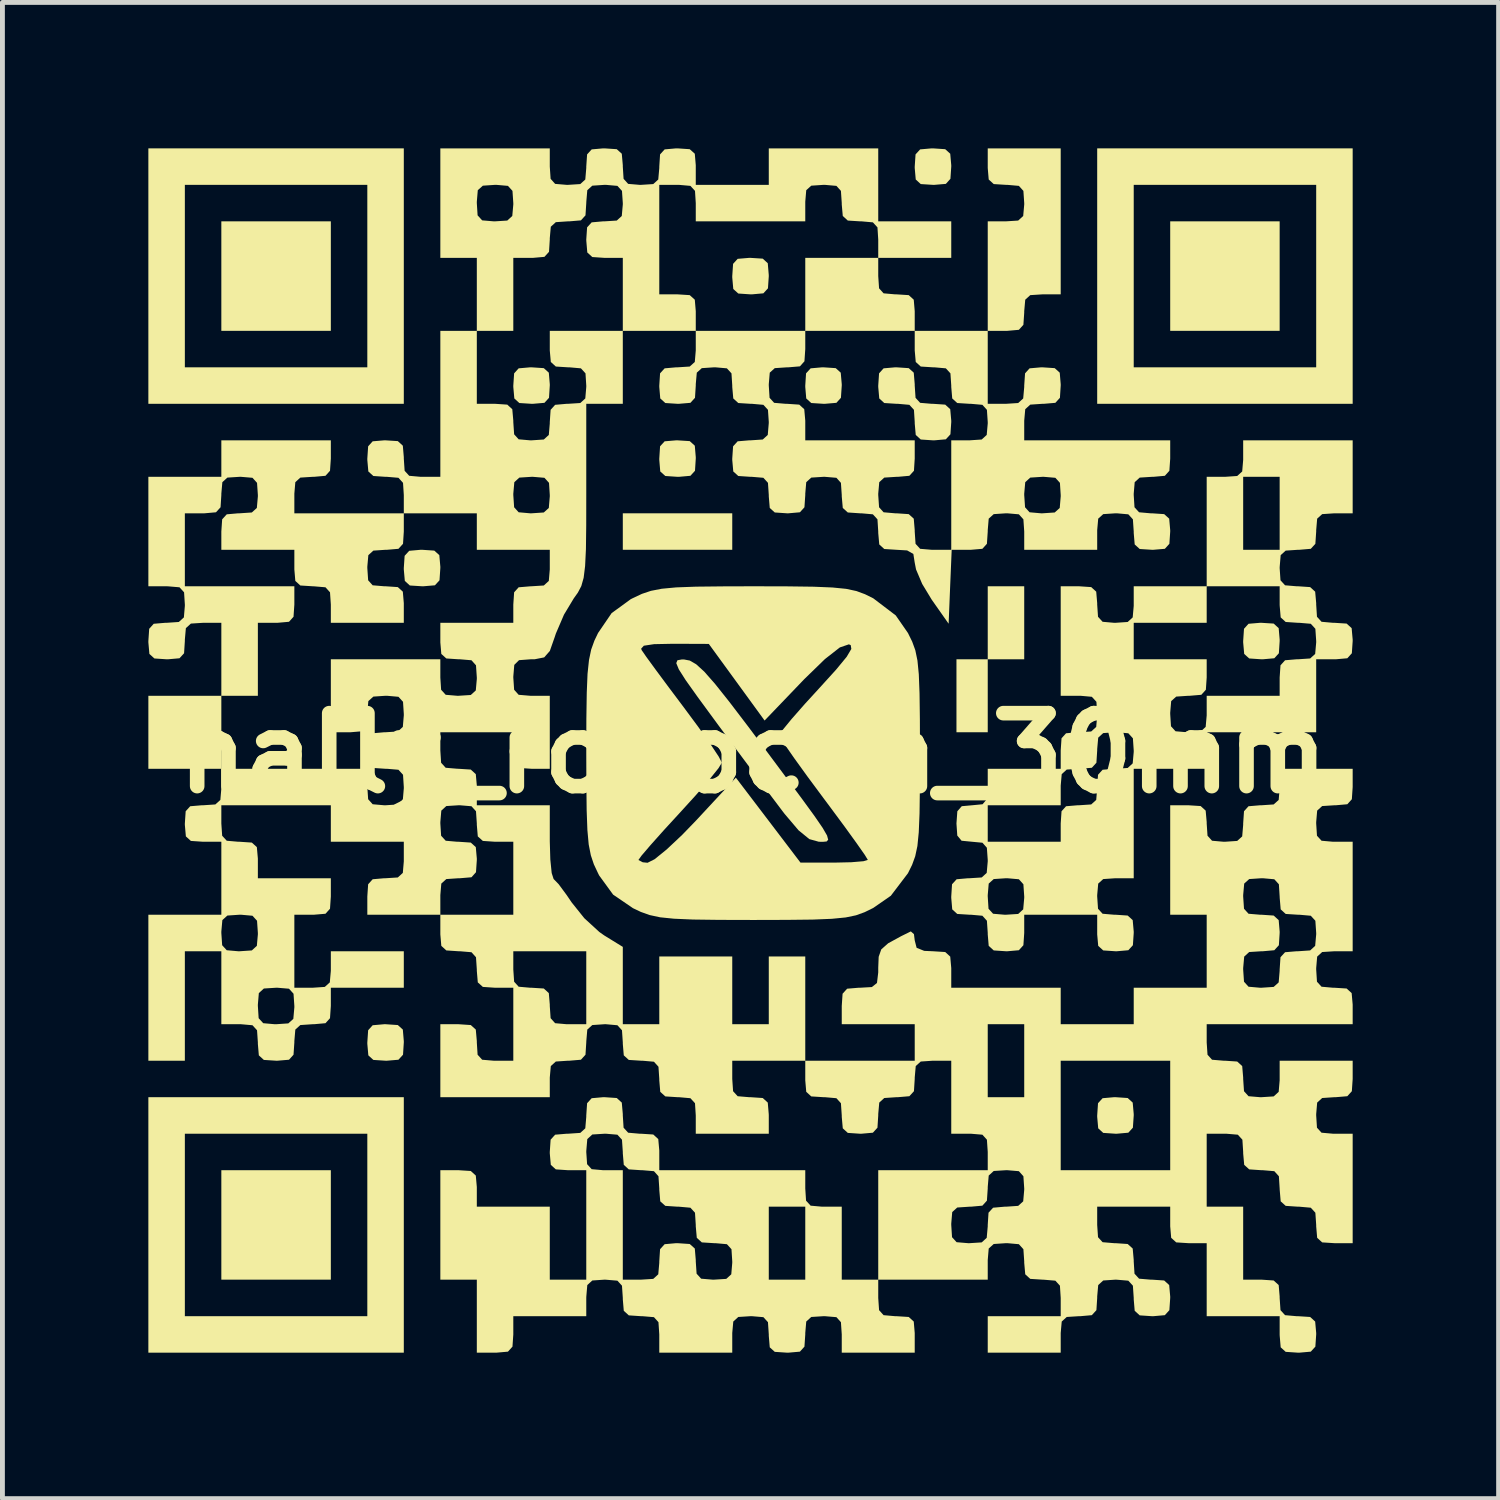
<source format=kicad_pcb>
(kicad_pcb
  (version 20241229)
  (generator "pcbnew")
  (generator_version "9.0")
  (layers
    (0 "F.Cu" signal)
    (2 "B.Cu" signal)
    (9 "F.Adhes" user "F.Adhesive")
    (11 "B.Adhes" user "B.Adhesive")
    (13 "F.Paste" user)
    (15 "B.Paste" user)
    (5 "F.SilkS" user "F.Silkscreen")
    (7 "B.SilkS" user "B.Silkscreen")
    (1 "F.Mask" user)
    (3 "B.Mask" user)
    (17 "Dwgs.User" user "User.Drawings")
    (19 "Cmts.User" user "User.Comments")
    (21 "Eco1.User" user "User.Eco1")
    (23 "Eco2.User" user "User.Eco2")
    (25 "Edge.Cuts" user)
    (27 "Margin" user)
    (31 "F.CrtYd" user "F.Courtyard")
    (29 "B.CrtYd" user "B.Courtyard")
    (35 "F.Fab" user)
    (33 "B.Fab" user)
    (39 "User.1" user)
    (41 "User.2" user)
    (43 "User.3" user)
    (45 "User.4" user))
  (footprint "nally_robocon_30mm"
    (layer "F.Cu")
    (at 12.432 12.432)
    (property "Reference" "nally_robocon_30mm" (at 0 0 0) (layer "F.SilkS") (effects (font (size 1.5 1.5) (thickness 0.3))))
    (attr board_only exclude_from_pos_files exclude_from_bom)
    (fp_poly (pts (xy -8.681 -9.806) (xy -8.681 -8.681) (xy -9.806 -8.681) (xy -10.932 -8.681) (xy -10.932 -9.806) (xy -10.932 -10.932) (xy -9.806 -10.932) (xy -8.681 -10.932)) (stroke (width 0) (type solid)) (fill yes) (layer "F.SilkS"))
    (fp_poly (pts (xy -8.681 9.699) (xy -8.681 10.824) (xy -9.806 10.824) (xy -10.932 10.824) (xy -10.932 9.699) (xy -10.932 8.574) (xy -9.806 8.574) (xy -8.681 8.574)) (stroke (width 0) (type solid)) (fill yes) (layer "F.SilkS"))
    (fp_poly (pts (xy -0.429 -4.555) (xy -0.429 -4.18) (xy -1.554 -4.18) (xy -2.679 -4.18) (xy -2.679 -4.555) (xy -2.679 -4.93) (xy -1.554 -4.93) (xy -0.429 -4.93)) (stroke (width 0) (type solid)) (fill yes) (layer "F.SilkS"))
    (fp_poly (pts (xy 10.824 -9.806) (xy 10.824 -8.681) (xy 9.699 -8.681) (xy 8.574 -8.681) (xy 8.574 -9.806) (xy 8.574 -10.932) (xy 9.699 -10.932) (xy 10.824 -10.932)) (stroke (width 0) (type solid)) (fill yes) (layer "F.SilkS"))
    (fp_poly (pts (xy -7.304 5.59) (xy -7.201 5.683) (xy -7.181 5.92) (xy -7.181 5.948) (xy -7.197 6.2) (xy -7.291 6.303) (xy -7.527 6.323) (xy -7.556 6.323) (xy -7.807 6.307) (xy -7.91 6.213) (xy -7.931 5.977) (xy -7.931 5.948) (xy -7.914 5.697) (xy -7.821 5.594) (xy -7.584 5.573) (xy -7.556 5.573)) (stroke (width 0) (type solid)) (fill yes) (layer "F.SilkS"))
    (fp_poly (pts (xy -6.554 -4.163) (xy -6.451 -4.07) (xy -6.43 -3.833) (xy -6.43 -3.805) (xy -6.447 -3.553) (xy -6.541 -3.45) (xy -6.777 -3.43) (xy -6.805 -3.43) (xy -7.057 -3.446) (xy -7.16 -3.54) (xy -7.181 -3.776) (xy -7.181 -3.805) (xy -7.164 -4.056) (xy -7.07 -4.159) (xy -6.834 -4.18) (xy -6.805 -4.18)) (stroke (width 0) (type solid)) (fill yes) (layer "F.SilkS"))
    (fp_poly (pts (xy -4.303 -7.914) (xy -4.2 -7.821) (xy -4.18 -7.584) (xy -4.18 -7.556) (xy -4.196 -7.304) (xy -4.29 -7.201) (xy -4.526 -7.181) (xy -4.555 -7.181) (xy -4.806 -7.197) (xy -4.909 -7.291) (xy -4.93 -7.527) (xy -4.93 -7.556) (xy -4.913 -7.807) (xy -4.82 -7.91) (xy -4.583 -7.931) (xy -4.555 -7.931)) (stroke (width 0) (type solid)) (fill yes) (layer "F.SilkS"))
    (fp_poly (pts (xy -1.303 -6.414) (xy -1.199 -6.32) (xy -1.179 -6.084) (xy -1.179 -6.055) (xy -1.195 -5.804) (xy -1.289 -5.701) (xy -1.525 -5.68) (xy -1.554 -5.68) (xy -1.805 -5.697) (xy -1.909 -5.79) (xy -1.929 -6.027) (xy -1.929 -6.055) (xy -1.913 -6.307) (xy -1.819 -6.41) (xy -1.583 -6.43) (xy -1.554 -6.43)) (stroke (width 0) (type solid)) (fill yes) (layer "F.SilkS"))
    (fp_poly (pts (xy 0.198 -10.165) (xy 0.301 -10.071) (xy 0.321 -9.835) (xy 0.322 -9.806) (xy 0.305 -9.555) (xy 0.211 -9.452) (xy -0.025 -9.431) (xy -0.054 -9.431) (xy -0.305 -9.448) (xy -0.408 -9.541) (xy -0.429 -9.778) (xy -0.429 -9.806) (xy -0.412 -10.058) (xy -0.318 -10.161) (xy -0.082 -10.181) (xy -0.054 -10.181)) (stroke (width 0) (type solid)) (fill yes) (layer "F.SilkS"))
    (fp_poly (pts (xy 1.698 -7.914) (xy 1.801 -7.821) (xy 1.822 -7.584) (xy 1.822 -7.556) (xy 1.805 -7.304) (xy 1.712 -7.201) (xy 1.475 -7.181) (xy 1.447 -7.181) (xy 1.195 -7.197) (xy 1.092 -7.291) (xy 1.072 -7.527) (xy 1.072 -7.556) (xy 1.088 -7.807) (xy 1.182 -7.91) (xy 1.418 -7.931) (xy 1.447 -7.931)) (stroke (width 0) (type solid)) (fill yes) (layer "F.SilkS"))
    (fp_poly (pts (xy 3.949 -12.415) (xy 4.052 -12.322) (xy 4.073 -12.086) (xy 4.073 -12.057) (xy 4.056 -11.806) (xy 3.962 -11.702) (xy 3.726 -11.682) (xy 3.697 -11.682) (xy 3.446 -11.698) (xy 3.343 -11.792) (xy 3.322 -12.028) (xy 3.322 -12.057) (xy 3.339 -12.308) (xy 3.433 -12.411) (xy 3.669 -12.432) (xy 3.697 -12.432)) (stroke (width 0) (type solid)) (fill yes) (layer "F.SilkS"))
    (fp_poly (pts (xy 5.573 -2.679) (xy 5.573 -1.929) (xy 5.198 -1.929) (xy 4.823 -1.929) (xy 4.823 -1.179) (xy 4.823 -0.429) (xy 4.501 -0.429) (xy 4.18 -0.429) (xy 4.18 -1.179) (xy 4.18 -1.929) (xy 4.501 -1.929) (xy 4.823 -1.929) (xy 4.823 -2.679) (xy 4.823 -3.43) (xy 5.198 -3.43) (xy 5.573 -3.43)) (stroke (width 0) (type solid)) (fill yes) (layer "F.SilkS"))
    (fp_poly (pts (xy 7.7 7.09) (xy 7.803 7.184) (xy 7.824 7.42) (xy 7.824 7.449) (xy 7.807 7.7) (xy 7.713 7.803) (xy 7.477 7.824) (xy 7.449 7.824) (xy 7.197 7.807) (xy 7.094 7.713) (xy 7.073 7.477) (xy 7.073 7.449) (xy 7.09 7.197) (xy 7.184 7.094) (xy 7.42 7.073) (xy 7.449 7.073)) (stroke (width 0) (type solid)) (fill yes) (layer "F.SilkS"))
    (fp_poly (pts (xy 10.701 -2.663) (xy 10.804 -2.569) (xy 10.824 -2.333) (xy 10.824 -2.304) (xy 10.808 -2.053) (xy 10.714 -1.95) (xy 10.478 -1.929) (xy 10.449 -1.929) (xy 10.198 -1.946) (xy 10.095 -2.039) (xy 10.074 -2.276) (xy 10.074 -2.304) (xy 10.091 -2.556) (xy 10.184 -2.659) (xy 10.421 -2.679) (xy 10.449 -2.679)) (stroke (width 0) (type solid)) (fill yes) (layer "F.SilkS"))
    (fp_poly (pts (xy -7.181 -9.806) (xy -7.181 -7.181) (xy -9.806 -7.181) (xy -12.432 -7.181) (xy -12.432 -9.806) (xy -12.432 -11.682) (xy -11.682 -11.682) (xy -11.682 -9.806) (xy -11.682 -7.931) (xy -9.806 -7.931) (xy -7.931 -7.931) (xy -7.931 -9.806) (xy -7.931 -11.682) (xy -9.806 -11.682) (xy -11.682 -11.682) (xy -12.432 -11.682) (xy -12.432 -12.432) (xy -9.806 -12.432) (xy -7.181 -12.432)) (stroke (width 0) (type solid)) (fill yes) (layer "F.SilkS"))
    (fp_poly (pts (xy -7.181 9.699) (xy -7.181 12.325) (xy -9.806 12.325) (xy -12.432 12.325) (xy -12.432 9.699) (xy -12.432 7.824) (xy -11.682 7.824) (xy -11.682 9.699) (xy -11.682 11.575) (xy -9.806 11.575) (xy -7.931 11.575) (xy -7.931 9.699) (xy -7.931 7.824) (xy -9.806 7.824) (xy -11.682 7.824) (xy -12.432 7.824) (xy -12.432 7.073) (xy -9.806 7.073) (xy -7.181 7.073)) (stroke (width 0) (type solid)) (fill yes) (layer "F.SilkS"))
    (fp_poly (pts (xy 12.325 -9.806) (xy 12.325 -7.181) (xy 9.699 -7.181) (xy 7.073 -7.181) (xy 7.073 -9.806) (xy 7.073 -11.682) (xy 7.824 -11.682) (xy 7.824 -9.806) (xy 7.824 -7.931) (xy 9.699 -7.931) (xy 11.575 -7.931) (xy 11.575 -9.806) (xy 11.575 -11.682) (xy 9.699 -11.682) (xy 7.824 -11.682) (xy 7.073 -11.682) (xy 7.073 -12.432) (xy 9.699 -12.432) (xy 12.325 -12.432)) (stroke (width 0) (type solid)) (fill yes) (layer "F.SilkS"))
    (fp_poly (pts (xy -1.303 -1.903) (xy -1.171 -1.827) (xy -1.005 -1.676) (xy -0.785 -1.426) (xy -0.491 -1.057) (xy -0.103 -0.548) (xy 0.161 -0.195) (xy 0.638 0.446) (xy 1.001 0.935) (xy 1.261 1.292) (xy 1.43 1.538) (xy 1.52 1.694) (xy 1.543 1.78) (xy 1.512 1.816) (xy 1.439 1.823) (xy 1.351 1.822) (xy 1.156 1.768) (xy 0.934 1.587) (xy 0.648 1.25) (xy 0.614 1.206) (xy 0.372 0.885) (xy 0.043 0.446) (xy -0.333 -0.059) (xy -0.716 -0.576) (xy -0.785 -0.67) (xy -1.143 -1.158) (xy -1.387 -1.501) (xy -1.528 -1.723) (xy -1.58 -1.85) (xy -1.556 -1.909) (xy -1.468 -1.925) (xy -1.419 -1.925)) (stroke (width 0) (type solid)) (fill yes) (layer "F.SilkS"))
    (fp_poly (pts (xy 3.199 -7.914) (xy 3.302 -7.821) (xy 3.322 -7.584) (xy 3.322 -7.556) (xy 3.339 -7.304) (xy 3.433 -7.201) (xy 3.669 -7.181) (xy 3.697 -7.181) (xy 3.949 -7.164) (xy 4.052 -7.07) (xy 4.073 -6.834) (xy 4.073 -6.805) (xy 4.056 -6.554) (xy 3.962 -6.451) (xy 3.726 -6.43) (xy 3.697 -6.43) (xy 3.446 -6.447) (xy 3.343 -6.541) (xy 3.322 -6.777) (xy 3.322 -6.805) (xy 3.306 -7.057) (xy 3.212 -7.16) (xy 2.976 -7.181) (xy 2.947 -7.181) (xy 2.696 -7.197) (xy 2.593 -7.291) (xy 2.572 -7.527) (xy 2.572 -7.556) (xy 2.589 -7.807) (xy 2.682 -7.91) (xy 2.919 -7.931) (xy 2.947 -7.931)) (stroke (width 0) (type solid)) (fill yes) (layer "F.SilkS"))
    (fp_poly (pts (xy 0.714 -3.428) (xy 1.244 -3.421) (xy 1.631 -3.405) (xy 1.912 -3.377) (xy 2.123 -3.332) (xy 2.299 -3.267) (xy 2.469 -3.183) (xy 2.932 -2.831) (xy 3.183 -2.469) (xy 3.27 -2.292) (xy 3.334 -2.116) (xy 3.378 -1.904) (xy 3.406 -1.62) (xy 3.421 -1.228) (xy 3.428 -0.693) (xy 3.43 0) (xy 3.428 0.709) (xy 3.421 1.24) (xy 3.405 1.628) (xy 3.377 1.91) (xy 3.332 2.121) (xy 3.268 2.297) (xy 3.183 2.469) (xy 2.831 2.932) (xy 2.469 3.183) (xy 2.292 3.27) (xy 2.115 3.334) (xy 1.903 3.378) (xy 1.618 3.406) (xy 1.226 3.422) (xy 0.69 3.428) (xy 0.006 3.43) (xy -0.704 3.428) (xy -1.237 3.421) (xy -1.627 3.404) (xy -1.912 3.375) (xy -2.127 3.329) (xy -2.309 3.264) (xy -2.469 3.188) (xy -2.878 2.909) (xy -3.165 2.515) (xy -3.188 2.469) (xy -3.274 2.286) (xy -3.304 2.197) (xy -2.358 2.197) (xy -2.269 2.244) (xy -2.17 2.254) (xy -2.025 2.181) (xy -1.776 1.979) (xy -1.459 1.681) (xy -1.169 1.381) (xy -0.355 0.504) (xy 0.309 1.377) (xy 0.974 2.251) (xy 1.666 2.251) (xy 2.019 2.243) (xy 2.269 2.222) (xy 2.358 2.195) (xy 2.297 2.094) (xy 2.129 1.854) (xy 1.879 1.508) (xy 1.568 1.088) (xy 1.447 0.926) (xy 1.12 0.485) (xy 0.845 0.104) (xy 0.645 -0.184) (xy 0.544 -0.347) (xy 0.536 -0.368) (xy 0.605 -0.474) (xy 0.791 -0.701) (xy 1.066 -1.014) (xy 1.349 -1.323) (xy 1.705 -1.715) (xy 1.924 -1.981) (xy 2.019 -2.142) (xy 2.006 -2.221) (xy 1.968 -2.236) (xy 1.783 -2.173) (xy 1.477 -1.934) (xy 1.05 -1.519) (xy 1.006 -1.473) (xy 0.236 -0.67) (xy -0.337 -1.457) (xy -0.911 -2.245) (xy -1.641 -2.248) (xy -2.036 -2.24) (xy -2.247 -2.208) (xy -2.302 -2.147) (xy -2.291 -2.117) (xy -2.198 -1.982) (xy -2.004 -1.716) (xy -1.737 -1.356) (xy -1.427 -0.943) (xy -1.124 -0.534) (xy -0.876 -0.183) (xy -0.707 0.072) (xy -0.643 0.196) (xy -0.643 0.197) (xy -0.712 0.31) (xy -0.9 0.544) (xy -1.177 0.864) (xy -1.5 1.219) (xy -1.836 1.585) (xy -2.109 1.891) (xy -2.293 2.106) (xy -2.358 2.197) (xy -3.304 2.197) (xy -3.336 2.101) (xy -3.38 1.878) (xy -3.407 1.581) (xy -3.422 1.173) (xy -3.428 0.618) (xy -3.43 0) (xy -3.428 -0.709) (xy -3.42 -1.24) (xy -3.404 -1.63) (xy -3.374 -1.914) (xy -3.329 -2.129) (xy -3.263 -2.312) (xy -3.188 -2.469) (xy -2.909 -2.878) (xy -2.515 -3.165) (xy -2.469 -3.188) (xy -2.286 -3.274) (xy -2.101 -3.336) (xy -1.879 -3.379) (xy -1.582 -3.407) (xy -1.175 -3.422) (xy -0.622 -3.428) (xy 0.006 -3.43)) (stroke (width 0) (type solid)) (fill yes) (layer "F.SilkS"))
    (fp_poly (pts (xy 12.325 -5.68) (xy 12.325 -4.93) (xy 11.95 -4.93) (xy 11.698 -4.913) (xy 11.595 -4.82) (xy 11.575 -4.583) (xy 11.575 -4.555) (xy 11.558 -4.303) (xy 11.464 -4.2) (xy 11.228 -4.18) (xy 11.2 -4.18) (xy 10.948 -4.163) (xy 10.845 -4.07) (xy 10.825 -3.833) (xy 10.824 -3.805) (xy 10.841 -3.553) (xy 10.935 -3.45) (xy 11.171 -3.43) (xy 11.2 -3.43) (xy 11.451 -3.413) (xy 11.554 -3.319) (xy 11.575 -3.083) (xy 11.575 -3.054) (xy 11.591 -2.803) (xy 11.685 -2.7) (xy 11.921 -2.679) (xy 11.95 -2.679) (xy 12.201 -2.663) (xy 12.304 -2.569) (xy 12.325 -2.333) (xy 12.325 -2.304) (xy 12.308 -2.053) (xy 12.215 -1.95) (xy 11.978 -1.929) (xy 11.95 -1.929) (xy 11.575 -1.929) (xy 11.575 -1.179) (xy 11.575 -0.429) (xy 10.449 -0.429) (xy 9.324 -0.429) (xy 9.324 -0.054) (xy 9.324 0.322) (xy 8.574 0.322) (xy 7.824 0.322) (xy 7.824 1.447) (xy 7.824 2.572) (xy 7.449 2.572) (xy 7.197 2.589) (xy 7.094 2.682) (xy 7.073 2.919) (xy 7.073 2.947) (xy 7.09 3.199) (xy 7.184 3.302) (xy 7.42 3.322) (xy 7.449 3.322) (xy 7.7 3.339) (xy 7.803 3.433) (xy 7.824 3.669) (xy 7.824 3.697) (xy 7.807 3.949) (xy 7.713 4.052) (xy 7.477 4.073) (xy 7.449 4.073) (xy 7.197 4.056) (xy 7.094 3.962) (xy 7.073 3.726) (xy 7.073 3.697) (xy 7.073 3.322) (xy 6.323 3.322) (xy 5.573 3.322) (xy 5.573 3.697) (xy 5.556 3.949) (xy 5.463 4.052) (xy 5.226 4.073) (xy 5.198 4.073) (xy 4.946 4.056) (xy 4.843 3.962) (xy 4.823 3.726) (xy 4.823 3.697) (xy 4.806 3.446) (xy 4.713 3.343) (xy 4.476 3.322) (xy 4.448 3.322) (xy 4.196 3.306) (xy 4.093 3.212) (xy 4.073 2.976) (xy 4.073 2.947) (xy 4.823 2.947) (xy 4.839 3.199) (xy 4.933 3.302) (xy 5.169 3.322) (xy 5.198 3.322) (xy 5.449 3.306) (xy 5.552 3.212) (xy 5.573 2.976) (xy 5.573 2.947) (xy 5.556 2.696) (xy 5.463 2.593) (xy 5.226 2.572) (xy 5.198 2.572) (xy 4.946 2.589) (xy 4.843 2.682) (xy 4.823 2.919) (xy 4.823 2.947) (xy 4.073 2.947) (xy 4.089 2.696) (xy 4.183 2.593) (xy 4.419 2.572) (xy 4.448 2.572) (xy 4.699 2.556) (xy 4.802 2.462) (xy 4.823 2.226) (xy 4.823 2.197) (xy 4.805 1.945) (xy 4.714 1.842) (xy 4.501 1.822) (xy 4.823 1.822) (xy 5.573 1.822) (xy 6.323 1.822) (xy 6.323 1.447) (xy 6.34 1.195) (xy 6.433 1.092) (xy 6.67 1.072) (xy 6.698 1.072) (xy 6.95 1.055) (xy 7.053 0.962) (xy 7.073 0.725) (xy 7.073 0.697) (xy 7.09 0.445) (xy 7.184 0.342) (xy 7.42 0.322) (xy 7.449 0.322) (xy 7.7 0.305) (xy 7.803 0.211) (xy 7.824 -0.025) (xy 7.824 -0.054) (xy 7.807 -0.305) (xy 7.713 -0.408) (xy 7.477 -0.429) (xy 7.449 -0.429) (xy 7.197 -0.412) (xy 7.094 -0.318) (xy 7.073 -0.082) (xy 7.073 -0.054) (xy 7.057 0.198) (xy 6.963 0.301) (xy 6.727 0.321) (xy 6.698 0.322) (xy 6.447 0.338) (xy 6.344 0.432) (xy 6.323 0.668) (xy 6.323 0.697) (xy 6.323 1.072) (xy 5.573 1.072) (xy 4.823 1.072) (xy 4.823 1.447) (xy 4.823 1.822) (xy 4.501 1.822) (xy 4.285 1.801) (xy 4.197 1.695) (xy 4.18 1.447) (xy 4.198 1.195) (xy 4.289 1.091) (xy 4.501 1.072) (xy 4.717 1.051) (xy 4.806 0.945) (xy 4.823 0.697) (xy 4.823 0.322) (xy 5.573 0.322) (xy 6.323 0.322) (xy 6.323 -0.054) (xy 6.34 -0.305) (xy 6.433 -0.408) (xy 6.67 -0.429) (xy 6.698 -0.429) (xy 6.95 -0.445) (xy 7.053 -0.539) (xy 7.073 -0.775) (xy 7.073 -0.804) (xy 7.057 -1.055) (xy 6.963 -1.158) (xy 6.727 -1.179) (xy 6.698 -1.179) (xy 6.323 -1.179) (xy 6.323 -1.929) (xy 7.824 -1.929) (xy 8.574 -1.929) (xy 9.324 -1.929) (xy 9.324 -1.554) (xy 9.307 -1.303) (xy 9.214 -1.199) (xy 8.977 -1.179) (xy 8.949 -1.179) (xy 8.698 -1.162) (xy 8.594 -1.069) (xy 8.574 -0.832) (xy 8.574 -0.804) (xy 8.59 -0.552) (xy 8.684 -0.449) (xy 8.92 -0.429) (xy 8.949 -0.429) (xy 9.2 -0.445) (xy 9.303 -0.539) (xy 9.324 -0.775) (xy 9.324 -0.804) (xy 9.324 -1.179) (xy 10.074 -1.179) (xy 10.824 -1.179) (xy 10.824 -1.554) (xy 10.841 -1.805) (xy 10.935 -1.909) (xy 11.171 -1.929) (xy 11.2 -1.929) (xy 11.451 -1.946) (xy 11.554 -2.039) (xy 11.575 -2.276) (xy 11.575 -2.304) (xy 11.558 -2.556) (xy 11.464 -2.659) (xy 11.228 -2.679) (xy 11.2 -2.679) (xy 10.948 -2.696) (xy 10.845 -2.79) (xy 10.825 -3.026) (xy 10.824 -3.054) (xy 10.824 -3.43) (xy 10.074 -3.43) (xy 9.324 -3.43) (xy 9.324 -3.054) (xy 9.324 -2.679) (xy 8.574 -2.679) (xy 7.824 -2.679) (xy 7.824 -2.304) (xy 7.824 -1.929) (xy 6.323 -1.929) (xy 6.323 -2.304) (xy 6.323 -3.43) (xy 6.698 -3.43) (xy 6.95 -3.413) (xy 7.053 -3.319) (xy 7.073 -3.083) (xy 7.073 -3.054) (xy 7.09 -2.803) (xy 7.184 -2.7) (xy 7.42 -2.679) (xy 7.449 -2.679) (xy 7.7 -2.696) (xy 7.803 -2.79) (xy 7.824 -3.026) (xy 7.824 -3.054) (xy 7.824 -3.43) (xy 8.574 -3.43) (xy 9.324 -3.43) (xy 9.324 -4.555) (xy 9.324 -5.68) (xy 9.699 -5.68) (xy 10.074 -5.68) (xy 10.074 -4.93) (xy 10.074 -4.18) (xy 10.449 -4.18) (xy 10.824 -4.18) (xy 10.824 -4.93) (xy 10.824 -5.68) (xy 10.449 -5.68) (xy 10.074 -5.68) (xy 9.699 -5.68) (xy 9.951 -5.697) (xy 10.054 -5.79) (xy 10.074 -6.027) (xy 10.074 -6.055) (xy 10.074 -6.43) (xy 11.2 -6.43) (xy 12.325 -6.43)) (stroke (width 0) (type solid)) (fill yes) (layer "F.SilkS"))
    (fp_poly (pts (xy -4.18 -12.057) (xy -4.163 -11.806) (xy -4.07 -11.702) (xy -3.833 -11.682) (xy -3.805 -11.682) (xy -3.553 -11.698) (xy -3.45 -11.792) (xy -3.43 -12.028) (xy -3.43 -12.057) (xy -3.413 -12.308) (xy -3.319 -12.411) (xy -3.083 -12.432) (xy -3.054 -12.432) (xy -2.803 -12.415) (xy -2.7 -12.322) (xy -2.679 -12.086) (xy -2.679 -12.057) (xy -2.663 -11.806) (xy -2.569 -11.702) (xy -2.333 -11.682) (xy -2.304 -11.682) (xy -1.929 -11.682) (xy -1.929 -10.557) (xy -1.929 -9.431) (xy -1.554 -9.431) (xy -1.303 -9.415) (xy -1.199 -9.321) (xy -1.179 -9.085) (xy -1.179 -9.056) (xy -1.179 -8.681) (xy -0.054 -8.681) (xy 1.072 -8.681) (xy 1.072 -9.431) (xy 1.072 -10.181) (xy 1.822 -10.181) (xy 2.572 -10.181) (xy 2.572 -10.557) (xy 2.556 -10.808) (xy 2.462 -10.911) (xy 2.226 -10.932) (xy 2.197 -10.932) (xy 1.946 -10.948) (xy 1.843 -11.042) (xy 1.822 -11.278) (xy 1.822 -11.307) (xy 1.805 -11.558) (xy 1.712 -11.661) (xy 1.475 -11.682) (xy 1.447 -11.682) (xy 1.195 -11.665) (xy 1.092 -11.572) (xy 1.072 -11.335) (xy 1.072 -11.307) (xy 1.072 -10.932) (xy -0.054 -10.932) (xy -1.179 -10.932) (xy -1.179 -11.307) (xy -1.195 -11.558) (xy -1.289 -11.661) (xy -1.525 -11.682) (xy -1.554 -11.682) (xy -1.929 -11.682) (xy -2.304 -11.682) (xy -2.053 -11.698) (xy -1.95 -11.792) (xy -1.929 -12.028) (xy -1.929 -12.057) (xy -1.913 -12.308) (xy -1.819 -12.411) (xy -1.583 -12.432) (xy -1.554 -12.432) (xy -1.303 -12.415) (xy -1.199 -12.322) (xy -1.179 -12.086) (xy -1.179 -12.057) (xy -1.179 -11.682) (xy -0.429 -11.682) (xy 0.322 -11.682) (xy 0.322 -12.057) (xy 0.322 -12.432) (xy 1.447 -12.432) (xy 2.572 -12.432) (xy 2.572 -11.682) (xy 2.572 -10.932) (xy 3.322 -10.932) (xy 4.073 -10.932) (xy 4.073 -10.557) (xy 4.073 -10.181) (xy 3.322 -10.181) (xy 2.572 -10.181) (xy 2.572 -9.806) (xy 2.589 -9.555) (xy 2.682 -9.452) (xy 2.919 -9.431) (xy 2.947 -9.431) (xy 3.199 -9.415) (xy 3.302 -9.321) (xy 3.322 -9.085) (xy 3.322 -9.056) (xy 3.322 -8.681) (xy 4.073 -8.681) (xy 4.823 -8.681) (xy 4.823 -9.806) (xy 4.823 -10.932) (xy 5.198 -10.932) (xy 5.449 -10.948) (xy 5.552 -11.042) (xy 5.573 -11.278) (xy 5.573 -11.307) (xy 5.556 -11.558) (xy 5.463 -11.661) (xy 5.226 -11.682) (xy 5.198 -11.682) (xy 4.946 -11.698) (xy 4.843 -11.792) (xy 4.823 -12.028) (xy 4.823 -12.057) (xy 4.823 -12.432) (xy 5.573 -12.432) (xy 6.323 -12.432) (xy 6.323 -10.932) (xy 6.323 -9.431) (xy 5.948 -9.431) (xy 5.697 -9.415) (xy 5.594 -9.321) (xy 5.573 -9.085) (xy 5.573 -9.056) (xy 5.556 -8.805) (xy 5.463 -8.702) (xy 5.226 -8.681) (xy 5.198 -8.681) (xy 4.823 -8.681) (xy 4.823 -7.931) (xy 4.823 -7.181) (xy 5.198 -7.181) (xy 5.449 -7.197) (xy 5.552 -7.291) (xy 5.573 -7.527) (xy 5.573 -7.556) (xy 5.59 -7.807) (xy 5.683 -7.91) (xy 5.92 -7.931) (xy 5.948 -7.931) (xy 6.2 -7.914) (xy 6.303 -7.821) (xy 6.323 -7.584) (xy 6.323 -7.556) (xy 6.307 -7.304) (xy 6.213 -7.201) (xy 5.977 -7.181) (xy 5.948 -7.181) (xy 5.697 -7.164) (xy 5.594 -7.07) (xy 5.573 -6.834) (xy 5.573 -6.805) (xy 5.573 -6.43) (xy 7.073 -6.43) (xy 8.574 -6.43) (xy 8.574 -6.055) (xy 8.557 -5.804) (xy 8.464 -5.701) (xy 8.227 -5.68) (xy 8.199 -5.68) (xy 7.947 -5.664) (xy 7.844 -5.57) (xy 7.824 -5.334) (xy 7.824 -5.305) (xy 7.84 -5.054) (xy 7.934 -4.951) (xy 8.17 -4.93) (xy 8.199 -4.93) (xy 8.45 -4.913) (xy 8.553 -4.82) (xy 8.574 -4.583) (xy 8.574 -4.555) (xy 8.557 -4.303) (xy 8.464 -4.2) (xy 8.227 -4.18) (xy 8.199 -4.18) (xy 7.947 -4.196) (xy 7.844 -4.29) (xy 7.824 -4.526) (xy 7.824 -4.555) (xy 7.807 -4.806) (xy 7.713 -4.909) (xy 7.477 -4.93) (xy 7.449 -4.93) (xy 7.197 -4.913) (xy 7.094 -4.82) (xy 7.073 -4.583) (xy 7.073 -4.555) (xy 7.073 -4.18) (xy 6.323 -4.18) (xy 5.573 -4.18) (xy 5.573 -4.555) (xy 5.556 -4.806) (xy 5.463 -4.909) (xy 5.226 -4.93) (xy 5.198 -4.93) (xy 4.946 -4.913) (xy 4.843 -4.82) (xy 4.823 -4.583) (xy 4.823 -4.555) (xy 4.806 -4.303) (xy 4.713 -4.2) (xy 4.478 -4.18) (xy 4.452 -4.18) (xy 4.082 -4.18) (xy 4.05 -3.42) (xy 4.019 -2.66) (xy 3.671 -3.155) (xy 3.475 -3.479) (xy 3.349 -3.776) (xy 3.322 -3.915) (xy 3.294 -4.094) (xy 3.166 -4.167) (xy 2.947 -4.18) (xy 2.696 -4.196) (xy 2.593 -4.29) (xy 2.572 -4.526) (xy 2.572 -4.555) (xy 2.556 -4.806) (xy 2.462 -4.909) (xy 2.226 -4.93) (xy 2.197 -4.93) (xy 1.946 -4.947) (xy 1.843 -5.04) (xy 1.822 -5.277) (xy 1.822 -5.305) (xy 1.805 -5.556) (xy 1.712 -5.66) (xy 1.475 -5.68) (xy 1.447 -5.68) (xy 1.195 -5.664) (xy 1.092 -5.57) (xy 1.072 -5.334) (xy 1.072 -5.305) (xy 1.055 -5.054) (xy 0.962 -4.951) (xy 0.725 -4.93) (xy 0.697 -4.93) (xy 0.445 -4.947) (xy 0.342 -5.04) (xy 0.322 -5.277) (xy 0.322 -5.305) (xy 0.305 -5.556) (xy 0.211 -5.66) (xy -0.025 -5.68) (xy -0.054 -5.68) (xy -0.305 -5.697) (xy -0.408 -5.79) (xy -0.429 -6.027) (xy -0.429 -6.055) (xy -0.412 -6.307) (xy -0.318 -6.41) (xy -0.082 -6.43) (xy -0.054 -6.43) (xy 0.198 -6.447) (xy 0.301 -6.541) (xy 0.321 -6.777) (xy 0.322 -6.805) (xy 0.305 -7.057) (xy 0.211 -7.16) (xy -0.025 -7.181) (xy -0.054 -7.181) (xy -0.305 -7.197) (xy -0.408 -7.291) (xy -0.429 -7.527) (xy -0.429 -7.556) (xy 0.322 -7.556) (xy 0.338 -7.304) (xy 0.432 -7.201) (xy 0.668 -7.181) (xy 0.697 -7.181) (xy 0.948 -7.164) (xy 1.051 -7.07) (xy 1.072 -6.834) (xy 1.072 -6.805) (xy 1.072 -6.43) (xy 2.197 -6.43) (xy 3.322 -6.43) (xy 3.322 -6.055) (xy 3.306 -5.804) (xy 3.212 -5.701) (xy 2.976 -5.68) (xy 2.947 -5.68) (xy 2.696 -5.664) (xy 2.593 -5.57) (xy 2.572 -5.334) (xy 2.572 -5.305) (xy 2.589 -5.054) (xy 2.682 -4.951) (xy 2.919 -4.93) (xy 2.947 -4.93) (xy 3.199 -4.913) (xy 3.302 -4.82) (xy 3.322 -4.583) (xy 3.322 -4.555) (xy 3.339 -4.303) (xy 3.433 -4.2) (xy 3.669 -4.18) (xy 3.697 -4.18) (xy 4.073 -4.18) (xy 4.073 -5.305) (xy 5.573 -5.305) (xy 5.59 -5.054) (xy 5.683 -4.951) (xy 5.92 -4.93) (xy 5.948 -4.93) (xy 6.2 -4.947) (xy 6.303 -5.04) (xy 6.323 -5.277) (xy 6.323 -5.305) (xy 6.307 -5.556) (xy 6.213 -5.66) (xy 5.977 -5.68) (xy 5.948 -5.68) (xy 5.697 -5.664) (xy 5.594 -5.57) (xy 5.573 -5.334) (xy 5.573 -5.305) (xy 4.073 -5.305) (xy 4.073 -6.43) (xy 4.448 -6.43) (xy 4.699 -6.447) (xy 4.802 -6.541) (xy 4.823 -6.777) (xy 4.823 -6.805) (xy 4.806 -7.057) (xy 4.713 -7.16) (xy 4.476 -7.181) (xy 4.448 -7.181) (xy 4.196 -7.197) (xy 4.093 -7.291) (xy 4.073 -7.527) (xy 4.073 -7.556) (xy 4.056 -7.807) (xy 3.962 -7.91) (xy 3.726 -7.931) (xy 3.697 -7.931) (xy 3.446 -7.947) (xy 3.343 -8.041) (xy 3.322 -8.277) (xy 3.322 -8.306) (xy 3.322 -8.681) (xy 2.197 -8.681) (xy 1.072 -8.681) (xy 1.072 -8.306) (xy 1.055 -8.055) (xy 0.962 -7.951) (xy 0.725 -7.931) (xy 0.697 -7.931) (xy 0.445 -7.914) (xy 0.342 -7.821) (xy 0.322 -7.584) (xy 0.322 -7.556) (xy -0.429 -7.556) (xy -0.445 -7.807) (xy -0.539 -7.91) (xy -0.775 -7.931) (xy -0.804 -7.931) (xy -1.055 -7.914) (xy -1.158 -7.821) (xy -1.179 -7.584) (xy -1.179 -7.556) (xy -1.195 -7.304) (xy -1.289 -7.201) (xy -1.525 -7.181) (xy -1.554 -7.181) (xy -1.805 -7.197) (xy -1.909 -7.291) (xy -1.929 -7.527) (xy -1.929 -7.556) (xy -1.913 -7.807) (xy -1.819 -7.91) (xy -1.583 -7.931) (xy -1.554 -7.931) (xy -1.303 -7.947) (xy -1.199 -8.041) (xy -1.179 -8.277) (xy -1.179 -8.306) (xy -1.179 -8.681) (xy -1.929 -8.681) (xy -2.679 -8.681) (xy -2.679 -7.931) (xy -2.679 -7.181) (xy -3.054 -7.181) (xy -3.43 -7.181) (xy -3.43 -5.351) (xy -3.431 -4.683) (xy -3.437 -4.192) (xy -3.454 -3.845) (xy -3.484 -3.604) (xy -3.532 -3.434) (xy -3.603 -3.299) (xy -3.687 -3.181) (xy -3.888 -2.847) (xy -4.055 -2.458) (xy -4.079 -2.385) (xy -4.179 -2.1) (xy -4.295 -1.968) (xy -4.488 -1.93) (xy -4.572 -1.929) (xy -4.812 -1.911) (xy -4.91 -1.814) (xy -4.93 -1.573) (xy -4.93 -1.554) (xy -4.913 -1.303) (xy -4.82 -1.199) (xy -4.583 -1.179) (xy -4.555 -1.179) (xy -4.18 -1.179) (xy -4.18 -0.429) (xy -4.18 0.322) (xy -4.555 0.322) (xy -4.806 0.305) (xy -4.909 0.211) (xy -4.93 -0.025) (xy -4.93 -0.054) (xy -4.93 -0.429) (xy -5.68 -0.429) (xy -6.43 -0.429) (xy -6.43 -0.054) (xy -6.414 0.198) (xy -6.32 0.301) (xy -6.084 0.321) (xy -6.055 0.322) (xy -5.804 0.338) (xy -5.701 0.432) (xy -5.68 0.668) (xy -5.68 0.697) (xy -5.68 1.072) (xy -4.93 1.072) (xy -4.18 1.072) (xy -4.18 1.813) (xy -4.169 2.187) (xy -4.141 2.465) (xy -4.101 2.589) (xy -4.099 2.59) (xy -3.998 2.694) (xy -3.832 2.919) (xy -3.731 3.068) (xy -3.47 3.394) (xy -3.161 3.677) (xy -3.062 3.747) (xy -2.679 3.983) (xy -2.679 4.778) (xy -2.679 5.573) (xy -2.304 5.573) (xy -1.929 5.573) (xy -1.929 4.876) (xy -1.929 4.18) (xy -1.179 4.18) (xy -0.429 4.18) (xy -0.429 4.876) (xy -0.429 5.573) (xy -0.054 5.573) (xy 0.322 5.573) (xy 0.322 4.876) (xy 0.322 4.18) (xy 0.697 4.18) (xy 1.072 4.18) (xy 1.072 5.251) (xy 1.072 6.323) (xy 2.197 6.323) (xy 3.322 6.323) (xy 3.322 5.948) (xy 3.322 5.573) (xy 4.823 5.573) (xy 4.823 6.323) (xy 4.823 7.073) (xy 5.198 7.073) (xy 5.573 7.073) (xy 5.573 6.323) (xy 6.323 6.323) (xy 6.323 7.449) (xy 6.323 8.574) (xy 7.449 8.574) (xy 8.574 8.574) (xy 8.574 7.449) (xy 8.574 6.323) (xy 7.449 6.323) (xy 6.323 6.323) (xy 5.573 6.323) (xy 5.573 5.573) (xy 5.198 5.573) (xy 4.823 5.573) (xy 3.322 5.573) (xy 2.572 5.573) (xy 1.822 5.573) (xy 1.822 5.198) (xy 1.839 4.946) (xy 1.932 4.843) (xy 2.168 4.823) (xy 2.197 4.823) (xy 2.441 4.809) (xy 2.546 4.725) (xy 2.572 4.508) (xy 2.572 4.411) (xy 2.581 4.187) (xy 2.634 4.035) (xy 2.776 3.909) (xy 3.047 3.761) (xy 3.242 3.665) (xy 3.306 3.721) (xy 3.322 3.849) (xy 3.361 4.002) (xy 3.517 4.065) (xy 3.697 4.073) (xy 3.949 4.089) (xy 4.052 4.183) (xy 4.073 4.419) (xy 4.073 4.448) (xy 4.073 4.823) (xy 5.198 4.823) (xy 6.323 4.823) (xy 6.323 5.198) (xy 6.323 5.573) (xy 7.073 5.573) (xy 7.824 5.573) (xy 7.824 5.198) (xy 7.824 4.823) (xy 8.574 4.823) (xy 9.324 4.823) (xy 9.324 4.448) (xy 10.074 4.448) (xy 10.091 4.699) (xy 10.184 4.802) (xy 10.421 4.823) (xy 10.449 4.823) (xy 10.701 4.806) (xy 10.804 4.713) (xy 10.824 4.476) (xy 10.824 4.448) (xy 10.841 4.196) (xy 10.935 4.093) (xy 11.171 4.073) (xy 11.2 4.073) (xy 11.451 4.056) (xy 11.554 3.962) (xy 11.575 3.726) (xy 11.575 3.697) (xy 11.558 3.446) (xy 11.464 3.343) (xy 11.228 3.322) (xy 11.2 3.322) (xy 10.948 3.306) (xy 10.845 3.212) (xy 10.825 2.976) (xy 10.824 2.947) (xy 10.808 2.696) (xy 10.714 2.593) (xy 10.478 2.572) (xy 10.449 2.572) (xy 10.198 2.589) (xy 10.095 2.682) (xy 10.074 2.919) (xy 10.074 2.947) (xy 10.091 3.199) (xy 10.184 3.302) (xy 10.421 3.322) (xy 10.449 3.322) (xy 10.701 3.339) (xy 10.804 3.433) (xy 10.824 3.669) (xy 10.824 3.697) (xy 10.808 3.949) (xy 10.714 4.052) (xy 10.478 4.073) (xy 10.449 4.073) (xy 10.198 4.089) (xy 10.095 4.183) (xy 10.074 4.419) (xy 10.074 4.448) (xy 9.324 4.448) (xy 9.324 4.073) (xy 9.324 3.322) (xy 8.949 3.322) (xy 8.574 3.322) (xy 8.574 2.197) (xy 8.574 1.072) (xy 8.949 1.072) (xy 9.2 1.088) (xy 9.303 1.182) (xy 9.324 1.418) (xy 9.324 1.447) (xy 9.341 1.698) (xy 9.434 1.801) (xy 9.671 1.822) (xy 9.699 1.822) (xy 9.951 1.805) (xy 10.054 1.712) (xy 10.074 1.475) (xy 10.074 1.447) (xy 10.091 1.195) (xy 10.184 1.092) (xy 10.421 1.072) (xy 10.449 1.072) (xy 10.701 1.055) (xy 10.804 0.962) (xy 10.824 0.725) (xy 10.824 0.697) (xy 10.824 0.322) (xy 11.575 0.322) (xy 12.325 0.322) (xy 12.325 0.697) (xy 12.308 0.948) (xy 12.215 1.051) (xy 11.978 1.072) (xy 11.95 1.072) (xy 11.698 1.088) (xy 11.595 1.182) (xy 11.575 1.418) (xy 11.575 1.447) (xy 11.591 1.698) (xy 11.685 1.801) (xy 11.921 1.822) (xy 11.95 1.822) (xy 12.325 1.822) (xy 12.325 2.947) (xy 12.325 4.073) (xy 11.95 4.073) (xy 11.698 4.089) (xy 11.595 4.183) (xy 11.575 4.419) (xy 11.575 4.448) (xy 11.591 4.699) (xy 11.685 4.802) (xy 11.921 4.823) (xy 11.95 4.823) (xy 12.201 4.839) (xy 12.304 4.933) (xy 12.325 5.169) (xy 12.325 5.198) (xy 12.325 5.573) (xy 10.824 5.573) (xy 9.324 5.573) (xy 9.324 5.948) (xy 9.341 6.2) (xy 9.434 6.303) (xy 9.671 6.323) (xy 9.699 6.323) (xy 9.951 6.34) (xy 10.054 6.433) (xy 10.074 6.67) (xy 10.074 6.698) (xy 10.091 6.95) (xy 10.184 7.053) (xy 10.421 7.073) (xy 10.449 7.073) (xy 10.701 7.057) (xy 10.804 6.963) (xy 10.824 6.727) (xy 10.824 6.698) (xy 10.824 6.323) (xy 11.575 6.323) (xy 12.325 6.323) (xy 12.325 6.698) (xy 12.308 6.95) (xy 12.215 7.053) (xy 11.978 7.073) (xy 11.95 7.073) (xy 11.698 7.09) (xy 11.595 7.184) (xy 11.575 7.42) (xy 11.575 7.449) (xy 11.591 7.7) (xy 11.685 7.803) (xy 11.921 7.824) (xy 11.95 7.824) (xy 12.325 7.824) (xy 12.325 8.949) (xy 12.325 10.074) (xy 11.95 10.074) (xy 11.698 10.058) (xy 11.595 9.964) (xy 11.575 9.728) (xy 11.575 9.699) (xy 11.558 9.448) (xy 11.464 9.345) (xy 11.228 9.324) (xy 11.2 9.324) (xy 10.948 9.307) (xy 10.845 9.214) (xy 10.825 8.977) (xy 10.824 8.949) (xy 10.808 8.698) (xy 10.714 8.594) (xy 10.478 8.574) (xy 10.449 8.574) (xy 10.198 8.557) (xy 10.095 8.464) (xy 10.074 8.227) (xy 10.074 8.199) (xy 10.058 7.947) (xy 9.964 7.844) (xy 9.728 7.824) (xy 9.699 7.824) (xy 9.324 7.824) (xy 9.324 8.574) (xy 9.324 9.324) (xy 9.699 9.324) (xy 10.074 9.324) (xy 10.074 10.074) (xy 10.074 10.824) (xy 10.449 10.824) (xy 10.701 10.841) (xy 10.804 10.935) (xy 10.824 11.171) (xy 10.824 11.2) (xy 10.841 11.451) (xy 10.935 11.554) (xy 11.171 11.575) (xy 11.2 11.575) (xy 11.451 11.591) (xy 11.554 11.685) (xy 11.575 11.921) (xy 11.575 11.95) (xy 11.558 12.201) (xy 11.464 12.304) (xy 11.228 12.325) (xy 11.2 12.325) (xy 10.948 12.308) (xy 10.845 12.215) (xy 10.825 11.978) (xy 10.824 11.95) (xy 10.824 11.575) (xy 10.074 11.575) (xy 9.324 11.575) (xy 9.324 10.824) (xy 9.324 10.074) (xy 8.949 10.074) (xy 8.698 10.058) (xy 8.594 9.964) (xy 8.574 9.728) (xy 8.574 9.699) (xy 8.574 9.324) (xy 7.824 9.324) (xy 7.073 9.324) (xy 7.073 9.699) (xy 7.09 9.951) (xy 7.184 10.054) (xy 7.42 10.074) (xy 7.449 10.074) (xy 7.7 10.091) (xy 7.803 10.184) (xy 7.824 10.421) (xy 7.824 10.449) (xy 7.84 10.701) (xy 7.934 10.804) (xy 8.17 10.824) (xy 8.199 10.824) (xy 8.45 10.841) (xy 8.553 10.935) (xy 8.574 11.171) (xy 8.574 11.2) (xy 8.557 11.451) (xy 8.464 11.554) (xy 8.227 11.575) (xy 8.199 11.575) (xy 7.947 11.558) (xy 7.844 11.464) (xy 7.824 11.228) (xy 7.824 11.2) (xy 7.807 10.948) (xy 7.713 10.845) (xy 7.477 10.825) (xy 7.449 10.824) (xy 7.197 10.841) (xy 7.094 10.935) (xy 7.073 11.171) (xy 7.073 11.2) (xy 7.057 11.451) (xy 6.963 11.554) (xy 6.727 11.575) (xy 6.698 11.575) (xy 6.447 11.591) (xy 6.344 11.685) (xy 6.323 11.921) (xy 6.323 11.95) (xy 6.323 12.325) (xy 5.573 12.325) (xy 4.823 12.325) (xy 4.823 11.95) (xy 4.823 11.575) (xy 5.573 11.575) (xy 6.323 11.575) (xy 6.323 11.2) (xy 6.307 10.948) (xy 6.213 10.845) (xy 5.977 10.825) (xy 5.948 10.824) (xy 5.697 10.808) (xy 5.594 10.714) (xy 5.573 10.478) (xy 5.573 10.449) (xy 5.556 10.198) (xy 5.463 10.095) (xy 5.226 10.074) (xy 5.198 10.074) (xy 4.946 10.091) (xy 4.843 10.184) (xy 4.823 10.421) (xy 4.823 10.449) (xy 4.823 10.824) (xy 3.697 10.824) (xy 2.572 10.824) (xy 2.572 11.2) (xy 2.589 11.451) (xy 2.682 11.554) (xy 2.919 11.575) (xy 2.947 11.575) (xy 3.199 11.591) (xy 3.302 11.685) (xy 3.322 11.921) (xy 3.322 11.95) (xy 3.322 12.325) (xy 2.572 12.325) (xy 1.822 12.325) (xy 1.822 11.95) (xy 1.805 11.698) (xy 1.712 11.595) (xy 1.475 11.575) (xy 1.447 11.575) (xy 1.195 11.591) (xy 1.092 11.685) (xy 1.072 11.921) (xy 1.072 11.95) (xy 1.055 12.201) (xy 0.962 12.304) (xy 0.725 12.325) (xy 0.697 12.325) (xy 0.445 12.308) (xy 0.342 12.215) (xy 0.322 11.978) (xy 0.322 11.95) (xy 0.305 11.698) (xy 0.211 11.595) (xy -0.025 11.575) (xy -0.054 11.575) (xy -0.305 11.591) (xy -0.408 11.685) (xy -0.429 11.921) (xy -0.429 11.95) (xy -0.429 12.325) (xy -1.179 12.325) (xy -1.929 12.325) (xy -1.929 11.95) (xy -1.946 11.698) (xy -2.039 11.595) (xy -2.276 11.575) (xy -2.304 11.575) (xy -2.556 11.558) (xy -2.659 11.464) (xy -2.679 11.228) (xy -2.679 11.2) (xy -2.696 10.948) (xy -2.79 10.845) (xy -3.026 10.825) (xy -3.054 10.824) (xy -3.306 10.841) (xy -3.409 10.935) (xy -3.429 11.171) (xy -3.43 11.2) (xy -3.43 11.575) (xy -4.18 11.575) (xy -4.93 11.575) (xy -4.93 11.95) (xy -4.947 12.201) (xy -5.04 12.304) (xy -5.277 12.325) (xy -5.305 12.325) (xy -5.68 12.325) (xy -5.68 11.575) (xy -5.68 10.824) (xy -6.055 10.824) (xy -6.43 10.824) (xy -6.43 9.699) (xy -6.43 8.574) (xy -6.055 8.574) (xy -5.804 8.59) (xy -5.701 8.684) (xy -5.68 8.92) (xy -5.68 8.949) (xy -5.68 9.324) (xy -4.93 9.324) (xy -4.18 9.324) (xy -4.18 10.074) (xy -4.18 10.824) (xy -3.805 10.824) (xy -3.43 10.824) (xy -3.43 9.699) (xy -3.43 8.574) (xy -3.805 8.574) (xy -4.056 8.557) (xy -4.159 8.464) (xy -4.18 8.227) (xy -4.18 8.199) (xy -3.43 8.199) (xy -3.413 8.45) (xy -3.319 8.553) (xy -3.083 8.574) (xy -3.054 8.574) (xy -2.679 8.574) (xy -2.679 9.699) (xy -2.679 10.824) (xy -2.304 10.824) (xy -2.053 10.808) (xy -1.95 10.714) (xy -1.929 10.478) (xy -1.929 10.449) (xy -1.913 10.198) (xy -1.819 10.095) (xy -1.583 10.074) (xy -1.554 10.074) (xy -1.303 10.091) (xy -1.199 10.184) (xy -1.179 10.421) (xy -1.179 10.449) (xy -1.162 10.701) (xy -1.069 10.804) (xy -0.832 10.824) (xy -0.804 10.824) (xy -0.552 10.808) (xy -0.449 10.714) (xy -0.429 10.478) (xy -0.429 10.449) (xy -0.445 10.198) (xy -0.539 10.095) (xy -0.775 10.074) (xy -0.804 10.074) (xy -1.055 10.058) (xy -1.158 9.964) (xy -1.179 9.728) (xy -1.179 9.699) (xy -1.195 9.448) (xy -1.289 9.345) (xy -1.525 9.324) (xy -1.554 9.324) (xy 0.322 9.324) (xy 0.322 10.074) (xy 0.322 10.824) (xy 0.697 10.824) (xy 1.072 10.824) (xy 1.072 10.074) (xy 1.072 9.324) (xy 0.697 9.324) (xy 0.322 9.324) (xy -1.554 9.324) (xy -1.805 9.307) (xy -1.909 9.214) (xy -1.929 8.977) (xy -1.929 8.949) (xy -1.946 8.698) (xy -2.039 8.594) (xy -2.276 8.574) (xy -2.304 8.574) (xy -2.556 8.557) (xy -2.659 8.464) (xy -2.679 8.227) (xy -2.679 8.199) (xy -2.696 7.947) (xy -2.79 7.844) (xy -3.026 7.824) (xy -3.054 7.824) (xy -3.306 7.84) (xy -3.409 7.934) (xy -3.429 8.17) (xy -3.43 8.199) (xy -4.18 8.199) (xy -4.163 7.947) (xy -4.07 7.844) (xy -3.833 7.824) (xy -3.805 7.824) (xy -3.553 7.807) (xy -3.45 7.713) (xy -3.43 7.477) (xy -3.43 7.449) (xy -3.413 7.197) (xy -3.319 7.094) (xy -3.083 7.073) (xy -3.054 7.073) (xy -2.803 7.09) (xy -2.7 7.184) (xy -2.679 7.42) (xy -2.679 7.449) (xy -2.663 7.7) (xy -2.569 7.803) (xy -2.333 7.824) (xy -2.304 7.824) (xy -2.053 7.84) (xy -1.95 7.934) (xy -1.929 8.17) (xy -1.929 8.199) (xy -1.929 8.574) (xy -0.429 8.574) (xy 1.072 8.574) (xy 1.072 8.949) (xy 1.088 9.2) (xy 1.182 9.303) (xy 1.418 9.324) (xy 1.447 9.324) (xy 1.822 9.324) (xy 1.822 10.074) (xy 1.822 10.824) (xy 2.197 10.824) (xy 2.572 10.824) (xy 2.572 9.699) (xy 4.073 9.699) (xy 4.089 9.951) (xy 4.183 10.054) (xy 4.419 10.074) (xy 4.448 10.074) (xy 4.699 10.058) (xy 4.802 9.964) (xy 4.823 9.728) (xy 4.823 9.699) (xy 4.839 9.448) (xy 4.933 9.345) (xy 5.169 9.324) (xy 5.198 9.324) (xy 5.449 9.307) (xy 5.552 9.214) (xy 5.573 8.977) (xy 5.573 8.949) (xy 5.556 8.698) (xy 5.463 8.594) (xy 5.226 8.574) (xy 5.198 8.574) (xy 4.946 8.59) (xy 4.843 8.684) (xy 4.823 8.92) (xy 4.823 8.949) (xy 4.806 9.2) (xy 4.713 9.303) (xy 4.476 9.324) (xy 4.448 9.324) (xy 4.196 9.341) (xy 4.093 9.434) (xy 4.073 9.671) (xy 4.073 9.699) (xy 2.572 9.699) (xy 2.572 8.574) (xy 3.697 8.574) (xy 4.823 8.574) (xy 4.823 8.199) (xy 4.806 7.947) (xy 4.713 7.844) (xy 4.476 7.824) (xy 4.448 7.824) (xy 4.073 7.824) (xy 4.073 7.073) (xy 4.073 6.323) (xy 3.697 6.323) (xy 3.446 6.34) (xy 3.343 6.433) (xy 3.322 6.67) (xy 3.322 6.698) (xy 3.306 6.95) (xy 3.212 7.053) (xy 2.976 7.073) (xy 2.947 7.073) (xy 2.696 7.09) (xy 2.593 7.184) (xy 2.572 7.42) (xy 2.572 7.449) (xy 2.556 7.7) (xy 2.462 7.803) (xy 2.226 7.824) (xy 2.197 7.824) (xy 1.946 7.807) (xy 1.843 7.713) (xy 1.822 7.477) (xy 1.822 7.449) (xy 1.805 7.197) (xy 1.712 7.094) (xy 1.475 7.073) (xy 1.447 7.073) (xy 1.195 7.057) (xy 1.092 6.963) (xy 1.072 6.727) (xy 1.072 6.698) (xy 1.072 6.323) (xy 0.322 6.323) (xy -0.429 6.323) (xy -0.429 6.698) (xy -0.412 6.95) (xy -0.318 7.053) (xy -0.082 7.073) (xy -0.054 7.073) (xy 0.198 7.09) (xy 0.301 7.184) (xy 0.321 7.42) (xy 0.322 7.449) (xy 0.322 7.824) (xy -0.429 7.824) (xy -1.179 7.824) (xy -1.179 7.449) (xy -1.195 7.197) (xy -1.289 7.094) (xy -1.525 7.073) (xy -1.554 7.073) (xy -1.805 7.057) (xy -1.909 6.963) (xy -1.929 6.727) (xy -1.929 6.698) (xy -1.946 6.447) (xy -2.039 6.344) (xy -2.276 6.323) (xy -2.304 6.323) (xy -2.556 6.307) (xy -2.659 6.213) (xy -2.679 5.977) (xy -2.679 5.948) (xy -2.696 5.697) (xy -2.79 5.594) (xy -3.026 5.573) (xy -3.054 5.573) (xy -3.306 5.59) (xy -3.409 5.683) (xy -3.429 5.92) (xy -3.43 5.948) (xy -3.446 6.2) (xy -3.54 6.303) (xy -3.776 6.323) (xy -3.805 6.323) (xy -4.056 6.34) (xy -4.159 6.433) (xy -4.18 6.67) (xy -4.18 6.698) (xy -4.18 7.073) (xy -5.305 7.073) (xy -6.43 7.073) (xy -6.43 6.323) (xy -6.43 5.573) (xy -6.055 5.573) (xy -5.804 5.59) (xy -5.701 5.683) (xy -5.68 5.92) (xy -5.68 5.948) (xy -5.664 6.2) (xy -5.57 6.303) (xy -5.334 6.323) (xy -5.305 6.323) (xy -4.93 6.323) (xy -4.93 5.573) (xy -4.93 4.823) (xy -5.305 4.823) (xy -5.556 4.806) (xy -5.66 4.713) (xy -5.68 4.476) (xy -5.68 4.448) (xy -5.697 4.196) (xy -5.79 4.093) (xy -6.027 4.073) (xy -6.055 4.073) (xy -4.93 4.073) (xy -4.93 4.448) (xy -4.913 4.699) (xy -4.82 4.802) (xy -4.583 4.823) (xy -4.555 4.823) (xy -4.303 4.839) (xy -4.2 4.933) (xy -4.18 5.169) (xy -4.18 5.198) (xy -4.163 5.449) (xy -4.07 5.552) (xy -3.833 5.573) (xy -3.805 5.573) (xy -3.43 5.573) (xy -3.43 4.823) (xy -3.43 4.073) (xy -4.18 4.073) (xy -4.93 4.073) (xy -6.055 4.073) (xy -6.307 4.056) (xy -6.41 3.962) (xy -6.43 3.726) (xy -6.43 3.697) (xy -6.43 3.322) (xy -5.68 3.322) (xy -4.93 3.322) (xy -4.93 2.572) (xy -4.93 1.822) (xy -5.305 1.822) (xy -5.556 1.805) (xy -5.66 1.712) (xy -5.68 1.475) (xy -5.68 1.447) (xy -5.697 1.195) (xy -5.79 1.092) (xy -6.027 1.072) (xy -6.055 1.072) (xy -6.307 1.088) (xy -6.41 1.182) (xy -6.43 1.418) (xy -6.43 1.447) (xy -6.414 1.698) (xy -6.32 1.801) (xy -6.084 1.822) (xy -6.055 1.822) (xy -5.804 1.839) (xy -5.701 1.932) (xy -5.68 2.168) (xy -5.68 2.197) (xy -5.697 2.448) (xy -5.79 2.552) (xy -6.027 2.572) (xy -6.055 2.572) (xy -6.307 2.589) (xy -6.41 2.682) (xy -6.43 2.919) (xy -6.43 2.947) (xy -6.43 3.322) (xy -7.181 3.322) (xy -7.931 3.322) (xy -7.931 2.947) (xy -7.914 2.696) (xy -7.821 2.593) (xy -7.584 2.572) (xy -7.556 2.572) (xy -7.304 2.556) (xy -7.201 2.462) (xy -7.181 2.226) (xy -7.181 2.197) (xy -7.181 1.822) (xy -7.931 1.822) (xy -8.681 1.822) (xy -8.681 1.447) (xy -8.681 1.072) (xy -9.806 1.072) (xy -10.932 1.072) (xy -10.932 1.447) (xy -10.915 1.698) (xy -10.821 1.801) (xy -10.585 1.822) (xy -10.557 1.822) (xy -10.305 1.839) (xy -10.202 1.932) (xy -10.181 2.168) (xy -10.181 2.197) (xy -10.181 2.572) (xy -9.431 2.572) (xy -8.681 2.572) (xy -8.681 2.947) (xy -8.698 3.199) (xy -8.791 3.302) (xy -9.028 3.322) (xy -9.056 3.322) (xy -9.431 3.322) (xy -9.431 4.073) (xy -9.431 4.823) (xy -9.056 4.823) (xy -8.805 4.806) (xy -8.702 4.713) (xy -8.681 4.476) (xy -8.681 4.448) (xy -8.681 4.073) (xy -7.931 4.073) (xy -7.181 4.073) (xy -7.181 4.448) (xy -7.181 4.823) (xy -7.931 4.823) (xy -8.681 4.823) (xy -8.681 5.198) (xy -8.698 5.449) (xy -8.791 5.552) (xy -9.028 5.573) (xy -9.056 5.573) (xy -9.308 5.59) (xy -9.411 5.683) (xy -9.431 5.92) (xy -9.431 5.948) (xy -9.448 6.2) (xy -9.541 6.303) (xy -9.778 6.323) (xy -9.806 6.323) (xy -10.058 6.307) (xy -10.161 6.213) (xy -10.181 5.977) (xy -10.181 5.948) (xy -10.198 5.697) (xy -10.292 5.594) (xy -10.528 5.573) (xy -10.557 5.573) (xy -10.932 5.573) (xy -10.932 5.198) (xy -10.181 5.198) (xy -10.165 5.449) (xy -10.071 5.552) (xy -9.835 5.573) (xy -9.806 5.573) (xy -9.555 5.556) (xy -9.452 5.463) (xy -9.431 5.226) (xy -9.431 5.198) (xy -9.448 4.946) (xy -9.541 4.843) (xy -9.778 4.823) (xy -9.806 4.823) (xy -10.058 4.839) (xy -10.161 4.933) (xy -10.181 5.169) (xy -10.181 5.198) (xy -10.932 5.198) (xy -10.932 4.823) (xy -10.932 4.073) (xy -11.307 4.073) (xy -11.682 4.073) (xy -11.682 5.198) (xy -11.682 6.323) (xy -12.057 6.323) (xy -12.432 6.323) (xy -12.432 4.823) (xy -12.432 3.697) (xy -10.932 3.697) (xy -10.915 3.949) (xy -10.821 4.052) (xy -10.585 4.073) (xy -10.557 4.073) (xy -10.305 4.056) (xy -10.202 3.962) (xy -10.181 3.726) (xy -10.181 3.697) (xy -10.198 3.446) (xy -10.292 3.343) (xy -10.528 3.322) (xy -10.557 3.322) (xy -10.808 3.339) (xy -10.911 3.433) (xy -10.932 3.669) (xy -10.932 3.697) (xy -12.432 3.697) (xy -12.432 3.322) (xy -11.682 3.322) (xy -10.932 3.322) (xy -10.932 2.572) (xy -10.932 1.822) (xy -11.307 1.822) (xy -11.558 1.805) (xy -11.661 1.712) (xy -11.682 1.475) (xy -11.682 1.447) (xy -11.665 1.195) (xy -11.572 1.092) (xy -11.335 1.072) (xy -11.307 1.072) (xy -11.055 1.055) (xy -10.952 0.962) (xy -10.932 0.725) (xy -10.932 0.697) (xy -10.932 0.322) (xy -9.431 0.322) (xy -7.931 0.322) (xy -7.931 0.697) (xy -7.914 0.948) (xy -7.821 1.051) (xy -7.584 1.072) (xy -7.556 1.072) (xy -7.304 1.055) (xy -7.201 0.962) (xy -7.181 0.725) (xy -7.181 0.697) (xy -7.197 0.445) (xy -7.291 0.342) (xy -7.527 0.322) (xy -7.556 0.322) (xy -7.807 0.305) (xy -7.91 0.211) (xy -7.931 -0.025) (xy -7.931 -0.054) (xy -7.914 -0.305) (xy -7.821 -0.408) (xy -7.584 -0.429) (xy -7.556 -0.429) (xy -7.304 -0.445) (xy -7.201 -0.539) (xy -7.181 -0.775) (xy -7.181 -0.804) (xy -7.197 -1.055) (xy -7.291 -1.158) (xy -7.527 -1.179) (xy -7.556 -1.179) (xy -7.807 -1.162) (xy -7.91 -1.069) (xy -7.931 -0.832) (xy -7.931 -0.804) (xy -7.947 -0.552) (xy -8.041 -0.449) (xy -8.277 -0.429) (xy -8.306 -0.429) (xy -8.681 -0.429) (xy -8.681 -1.179) (xy -8.681 -1.929) (xy -7.556 -1.929) (xy -6.43 -1.929) (xy -6.43 -1.554) (xy -6.414 -1.303) (xy -6.32 -1.199) (xy -6.084 -1.179) (xy -6.055 -1.179) (xy -5.804 -1.195) (xy -5.701 -1.289) (xy -5.68 -1.525) (xy -5.68 -1.554) (xy -5.697 -1.805) (xy -5.79 -1.909) (xy -6.027 -1.929) (xy -6.055 -1.929) (xy -6.307 -1.946) (xy -6.41 -2.039) (xy -6.43 -2.276) (xy -6.43 -2.304) (xy -6.43 -2.679) (xy -5.68 -2.679) (xy -4.93 -2.679) (xy -4.93 -3.054) (xy -4.913 -3.306) (xy -4.82 -3.409) (xy -4.583 -3.429) (xy -4.555 -3.43) (xy -4.303 -3.446) (xy -4.2 -3.54) (xy -4.18 -3.776) (xy -4.18 -3.805) (xy -4.18 -4.18) (xy -4.93 -4.18) (xy -5.68 -4.18) (xy -5.68 -4.555) (xy -5.68 -4.93) (xy -6.43 -4.93) (xy -7.181 -4.93) (xy -7.181 -4.555) (xy -7.197 -4.303) (xy -7.291 -4.2) (xy -7.527 -4.18) (xy -7.556 -4.18) (xy -7.807 -4.163) (xy -7.91 -4.07) (xy -7.931 -3.833) (xy -7.931 -3.805) (xy -7.914 -3.553) (xy -7.821 -3.45) (xy -7.584 -3.43) (xy -7.556 -3.43) (xy -7.304 -3.413) (xy -7.201 -3.319) (xy -7.181 -3.083) (xy -7.181 -3.054) (xy -7.181 -2.679) (xy -7.931 -2.679) (xy -8.681 -2.679) (xy -8.681 -3.054) (xy -8.698 -3.306) (xy -8.791 -3.409) (xy -9.028 -3.429) (xy -9.056 -3.43) (xy -9.308 -3.446) (xy -9.411 -3.54) (xy -9.431 -3.776) (xy -9.431 -3.805) (xy -9.431 -4.18) (xy -10.181 -4.18) (xy -10.932 -4.18) (xy -10.932 -4.555) (xy -10.915 -4.806) (xy -10.821 -4.909) (xy -10.585 -4.93) (xy -10.557 -4.93) (xy -10.305 -4.947) (xy -10.202 -5.04) (xy -10.181 -5.277) (xy -10.181 -5.305) (xy -10.198 -5.556) (xy -10.292 -5.66) (xy -10.528 -5.68) (xy -10.557 -5.68) (xy -10.808 -5.664) (xy -10.911 -5.57) (xy -10.932 -5.334) (xy -10.932 -5.305) (xy -10.948 -5.054) (xy -11.042 -4.951) (xy -11.278 -4.93) (xy -11.307 -4.93) (xy -11.682 -4.93) (xy -11.682 -4.18) (xy -11.682 -3.43) (xy -10.557 -3.43) (xy -9.431 -3.43) (xy -9.431 -3.054) (xy -9.448 -2.803) (xy -9.541 -2.7) (xy -9.778 -2.679) (xy -9.806 -2.679) (xy -10.181 -2.679) (xy -10.181 -1.929) (xy -10.181 -1.179) (xy -10.557 -1.179) (xy -10.932 -1.179) (xy -10.932 -0.429) (xy -10.932 0.322) (xy -11.682 0.322) (xy -12.432 0.322) (xy -12.432 -0.429) (xy -12.432 -1.179) (xy -11.682 -1.179) (xy -10.932 -1.179) (xy -10.932 -1.929) (xy -10.932 -2.679) (xy -11.307 -2.679) (xy -11.558 -2.663) (xy -11.661 -2.569) (xy -11.682 -2.333) (xy -11.682 -2.304) (xy -11.698 -2.053) (xy -11.792 -1.95) (xy -12.028 -1.929) (xy -12.057 -1.929) (xy -12.308 -1.946) (xy -12.411 -2.039) (xy -12.432 -2.276) (xy -12.432 -2.304) (xy -12.415 -2.556) (xy -12.322 -2.659) (xy -12.086 -2.679) (xy -12.057 -2.679) (xy -11.806 -2.696) (xy -11.702 -2.79) (xy -11.682 -3.026) (xy -11.682 -3.054) (xy -11.698 -3.306) (xy -11.792 -3.409) (xy -12.028 -3.429) (xy -12.057 -3.43) (xy -12.432 -3.43) (xy -12.432 -4.555) (xy -12.432 -5.68) (xy -11.682 -5.68) (xy -10.932 -5.68) (xy -10.932 -6.055) (xy -10.932 -6.43) (xy -9.806 -6.43) (xy -8.681 -6.43) (xy -8.681 -6.055) (xy -8.698 -5.804) (xy -8.791 -5.701) (xy -9.028 -5.68) (xy -9.056 -5.68) (xy -9.308 -5.664) (xy -9.411 -5.57) (xy -9.431 -5.334) (xy -9.431 -5.305) (xy -9.431 -4.93) (xy -8.306 -4.93) (xy -7.181 -4.93) (xy -7.181 -5.305) (xy -4.93 -5.305) (xy -4.913 -5.054) (xy -4.82 -4.951) (xy -4.583 -4.93) (xy -4.555 -4.93) (xy -4.303 -4.947) (xy -4.2 -5.04) (xy -4.18 -5.277) (xy -4.18 -5.305) (xy -4.196 -5.556) (xy -4.29 -5.66) (xy -4.526 -5.68) (xy -4.555 -5.68) (xy -4.806 -5.664) (xy -4.909 -5.57) (xy -4.93 -5.334) (xy -4.93 -5.305) (xy -7.181 -5.305) (xy -7.197 -5.556) (xy -7.291 -5.66) (xy -7.527 -5.68) (xy -7.556 -5.68) (xy -7.807 -5.697) (xy -7.91 -5.79) (xy -7.931 -6.027) (xy -7.931 -6.055) (xy -7.914 -6.307) (xy -7.821 -6.41) (xy -7.584 -6.43) (xy -7.556 -6.43) (xy -7.304 -6.414) (xy -7.201 -6.32) (xy -7.181 -6.084) (xy -7.181 -6.055) (xy -7.164 -5.804) (xy -7.07 -5.701) (xy -6.834 -5.68) (xy -6.805 -5.68) (xy -6.43 -5.68) (xy -6.43 -7.181) (xy -5.68 -7.181) (xy -5.305 -7.181) (xy -5.054 -7.164) (xy -4.951 -7.07) (xy -4.93 -6.834) (xy -4.93 -6.805) (xy -4.913 -6.554) (xy -4.82 -6.451) (xy -4.583 -6.43) (xy -4.555 -6.43) (xy -4.303 -6.447) (xy -4.2 -6.541) (xy -4.18 -6.777) (xy -4.18 -6.805) (xy -4.163 -7.057) (xy -4.07 -7.16) (xy -3.833 -7.181) (xy -3.805 -7.181) (xy -3.553 -7.197) (xy -3.45 -7.291) (xy -3.43 -7.527) (xy -3.43 -7.556) (xy -3.446 -7.807) (xy -3.54 -7.91) (xy -3.776 -7.931) (xy -3.805 -7.931) (xy -4.056 -7.947) (xy -4.159 -8.041) (xy -4.18 -8.277) (xy -4.18 -8.306) (xy -4.18 -8.681) (xy -3.43 -8.681) (xy -2.679 -8.681) (xy -2.679 -9.431) (xy -2.679 -10.181) (xy -3.054 -10.181) (xy -3.306 -10.198) (xy -3.409 -10.292) (xy -3.429 -10.528) (xy -3.43 -10.557) (xy -3.413 -10.808) (xy -3.319 -10.911) (xy -3.083 -10.932) (xy -3.054 -10.932) (xy -2.803 -10.948) (xy -2.7 -11.042) (xy -2.679 -11.278) (xy -2.679 -11.307) (xy -2.696 -11.558) (xy -2.79 -11.661) (xy -3.026 -11.682) (xy -3.054 -11.682) (xy -3.306 -11.665) (xy -3.409 -11.572) (xy -3.429 -11.335) (xy -3.43 -11.307) (xy -3.446 -11.055) (xy -3.54 -10.952) (xy -3.776 -10.932) (xy -3.805 -10.932) (xy -4.056 -10.915) (xy -4.159 -10.821) (xy -4.18 -10.585) (xy -4.18 -10.557) (xy -4.196 -10.305) (xy -4.29 -10.202) (xy -4.526 -10.181) (xy -4.555 -10.181) (xy -4.93 -10.181) (xy -4.93 -9.431) (xy -4.93 -8.681) (xy -5.305 -8.681) (xy -5.68 -8.681) (xy -5.68 -7.931) (xy -5.68 -7.181) (xy -6.43 -7.181) (xy -6.43 -8.681) (xy -6.055 -8.681) (xy -5.68 -8.681) (xy -5.68 -9.431) (xy -5.68 -10.181) (xy -6.055 -10.181) (xy -6.43 -10.181) (xy -6.43 -11.307) (xy -5.68 -11.307) (xy -5.664 -11.055) (xy -5.57 -10.952) (xy -5.334 -10.932) (xy -5.305 -10.932) (xy -5.054 -10.948) (xy -4.951 -11.042) (xy -4.93 -11.278) (xy -4.93 -11.307) (xy -4.947 -11.558) (xy -5.04 -11.661) (xy -5.277 -11.682) (xy -5.305 -11.682) (xy -5.556 -11.665) (xy -5.66 -11.572) (xy -5.68 -11.335) (xy -5.68 -11.307) (xy -6.43 -11.307) (xy -6.43 -12.432) (xy -5.305 -12.432) (xy -4.18 -12.432)) (stroke (width 0) (type solid)) (fill yes) (layer "F.SilkS")))
  (gr_rect
    (start -3 -3)
    (end 27.757 27.757)
    (stroke (width 0.1) (type default))
    (fill no)
    (layer "Edge.Cuts")))
</source>
